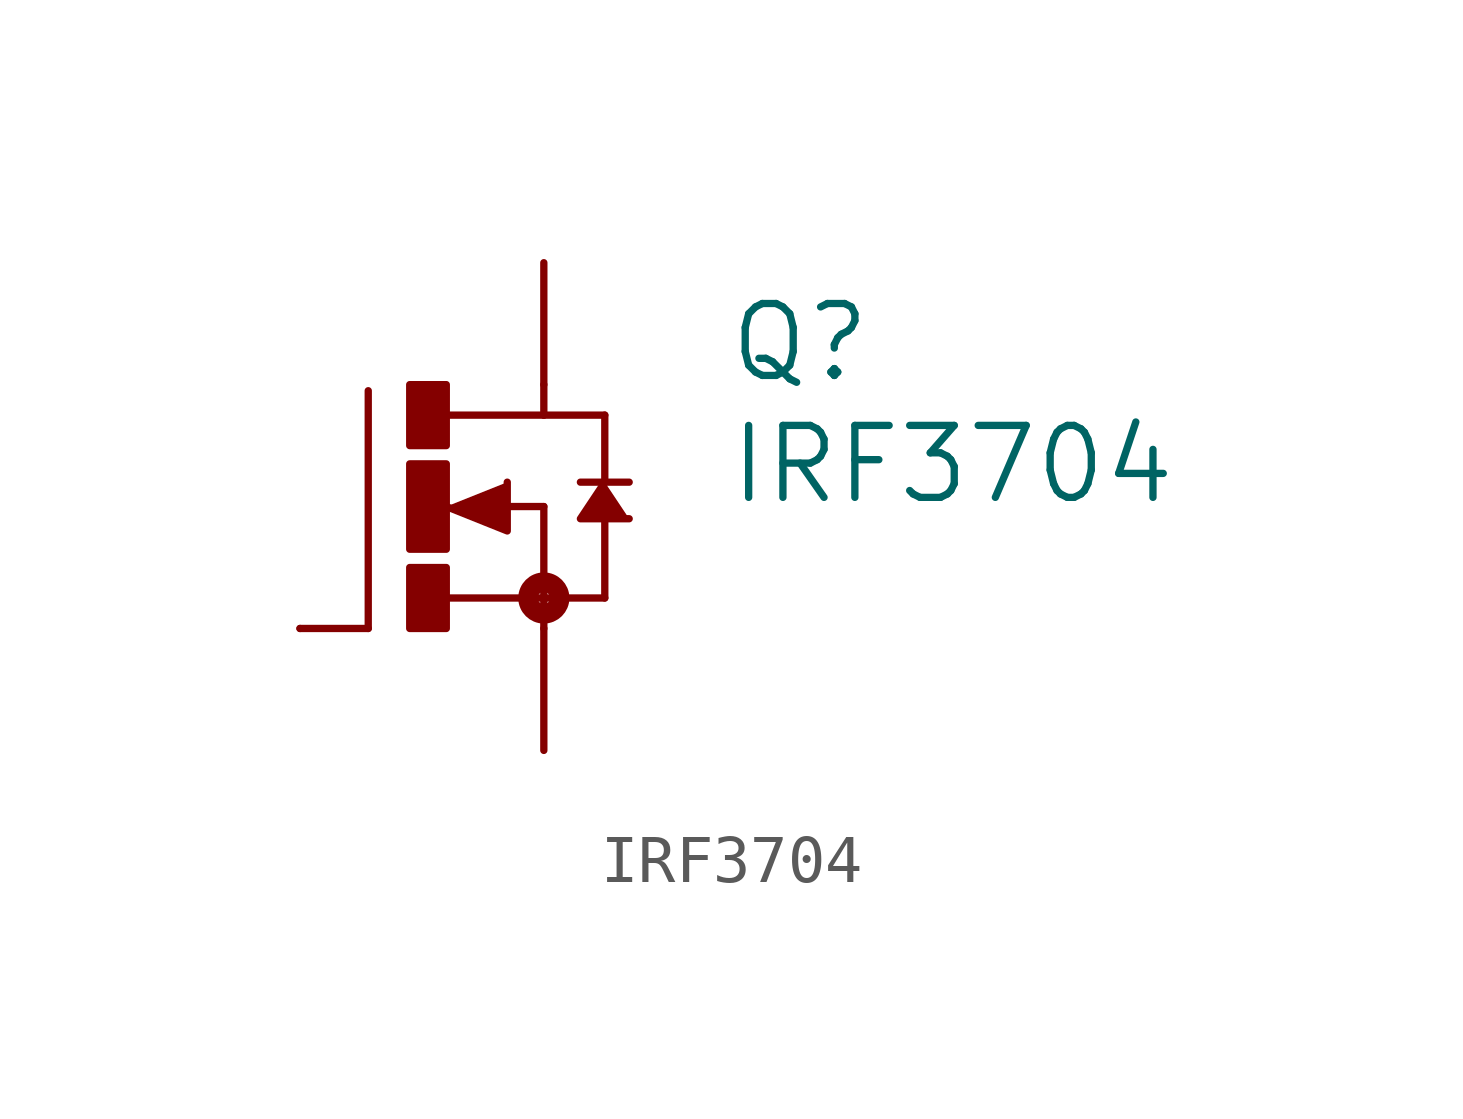
<source format=kicad_sym>
(kicad_symbol_lib
  (version 20211014)
  (generator kicad_symbol_editor)
  (symbol "IRF3704"
    (pin_names
      (offset 1.016))
    (property "Reference" "Q"
      (at 6.35 2.54 0)
      (effects (font (size 1.499 1.499)) (justify left bottom)))
    (property "Value" "IRF3704"
      (at 6.35 0 0)
      (effects (font (size 1.499 1.499)) (justify left bottom)))
    (property "ki_locked" ""
      (at 0 0 0)
      (effects (font (size 1.27 1.27))))
    (symbol "IRF3704_1_0"
      (rectangle (start -0.254 -2.54) (end 0.508 -1.27) (stroke (width 0) (type default) (color 0 0 0 0)) (fill (type outline)))
      (rectangle (start -0.254 -0.889) (end 0.508 0.889) (stroke (width 0) (type default) (color 0 0 0 0)) (fill (type outline)))
      (rectangle (start -0.254 1.27) (end 0.508 2.54) (stroke (width 0) (type default) (color 0 0 0 0)) (fill (type outline)))
      (polyline (pts (xy -1.118 -2.54) (xy -2.54 -2.54)) (stroke (width 0) (type default) (color 0 0 0 0)) (fill (type none)))
      (polyline (pts (xy -1.118 2.413) (xy -1.118 -2.54)) (stroke (width 0) (type default) (color 0 0 0 0)) (fill (type none)))
      (polyline (pts (xy 0.508 -1.905) (xy 2.54 -1.905)) (stroke (width 0) (type default) (color 0 0 0 0)) (fill (type none)))
      (polyline (pts (xy 1.651 0) (xy 2.54 0)) (stroke (width 0) (type default) (color 0 0 0 0)) (fill (type none)))
      (polyline (pts (xy 2.54 -1.905) (xy 2.54 -2.54)) (stroke (width 0) (type default) (color 0 0 0 0)) (fill (type none)))
      (polyline (pts (xy 2.54 0) (xy 2.54 -1.905)) (stroke (width 0) (type default) (color 0 0 0 0)) (fill (type none)))
      (polyline (pts (xy 2.54 1.905) (xy 0.533 1.905)) (stroke (width 0) (type default) (color 0 0 0 0)) (fill (type none)))
      (polyline (pts (xy 2.54 2.54) (xy 2.54 1.905)) (stroke (width 0) (type default) (color 0 0 0 0)) (fill (type none)))
      (polyline (pts (xy 3.302 0.508) (xy 3.81 0.508)) (stroke (width 0) (type default) (color 0 0 0 0)) (fill (type none)))
      (polyline (pts (xy 3.81 -1.905) (xy 2.54 -1.905)) (stroke (width 0) (type default) (color 0 0 0 0)) (fill (type none)))
      (polyline (pts (xy 3.81 -1.905) (xy 3.81 -0.127)) (stroke (width 0) (type default) (color 0 0 0 0)) (fill (type none)))
      (polyline (pts (xy 3.81 0.508) (xy 3.81 1.905)) (stroke (width 0) (type default) (color 0 0 0 0)) (fill (type none)))
      (polyline (pts (xy 3.81 0.508) (xy 4.318 0.508)) (stroke (width 0) (type default) (color 0 0 0 0)) (fill (type none)))
      (polyline (pts (xy 3.81 1.905) (xy 2.54 1.905)) (stroke (width 0) (type default) (color 0 0 0 0)) (fill (type none)))
      (polyline (pts (xy 0.508 0) (xy 1.778 -0.508) (xy 1.778 0.508)) (stroke (width 0) (type default) (color 0 0 0 0)) (fill (type outline)))
      (polyline (pts (xy 3.81 0.508) (xy 3.302 -0.254) (xy 4.318 -0.254)) (stroke (width 0) (type default) (color 0 0 0 0)) (fill (type outline)))
      (circle (center 2.54 -1.905) (radius 0.127) (stroke (width 0.406) (type default) (color 0 0 0 0)) (fill (type none)))
      (pin passive line (at -2.54 -2.54 0) (length 0) (name "G" (effects (font (size 0 0)))) (number "B" (effects (font (size 0 0)))))
      (pin passive line (at 2.54 5.08 270) (length 2.54) (name "D" (effects (font (size 0 0)))) (number "C" (effects (font (size 0 0)))))
      (pin passive line (at 2.54 -5.08 90) (length 2.54) (name "S" (effects (font (size 0 0)))) (number "E" (effects (font (size 0 0))))))))
</source>
